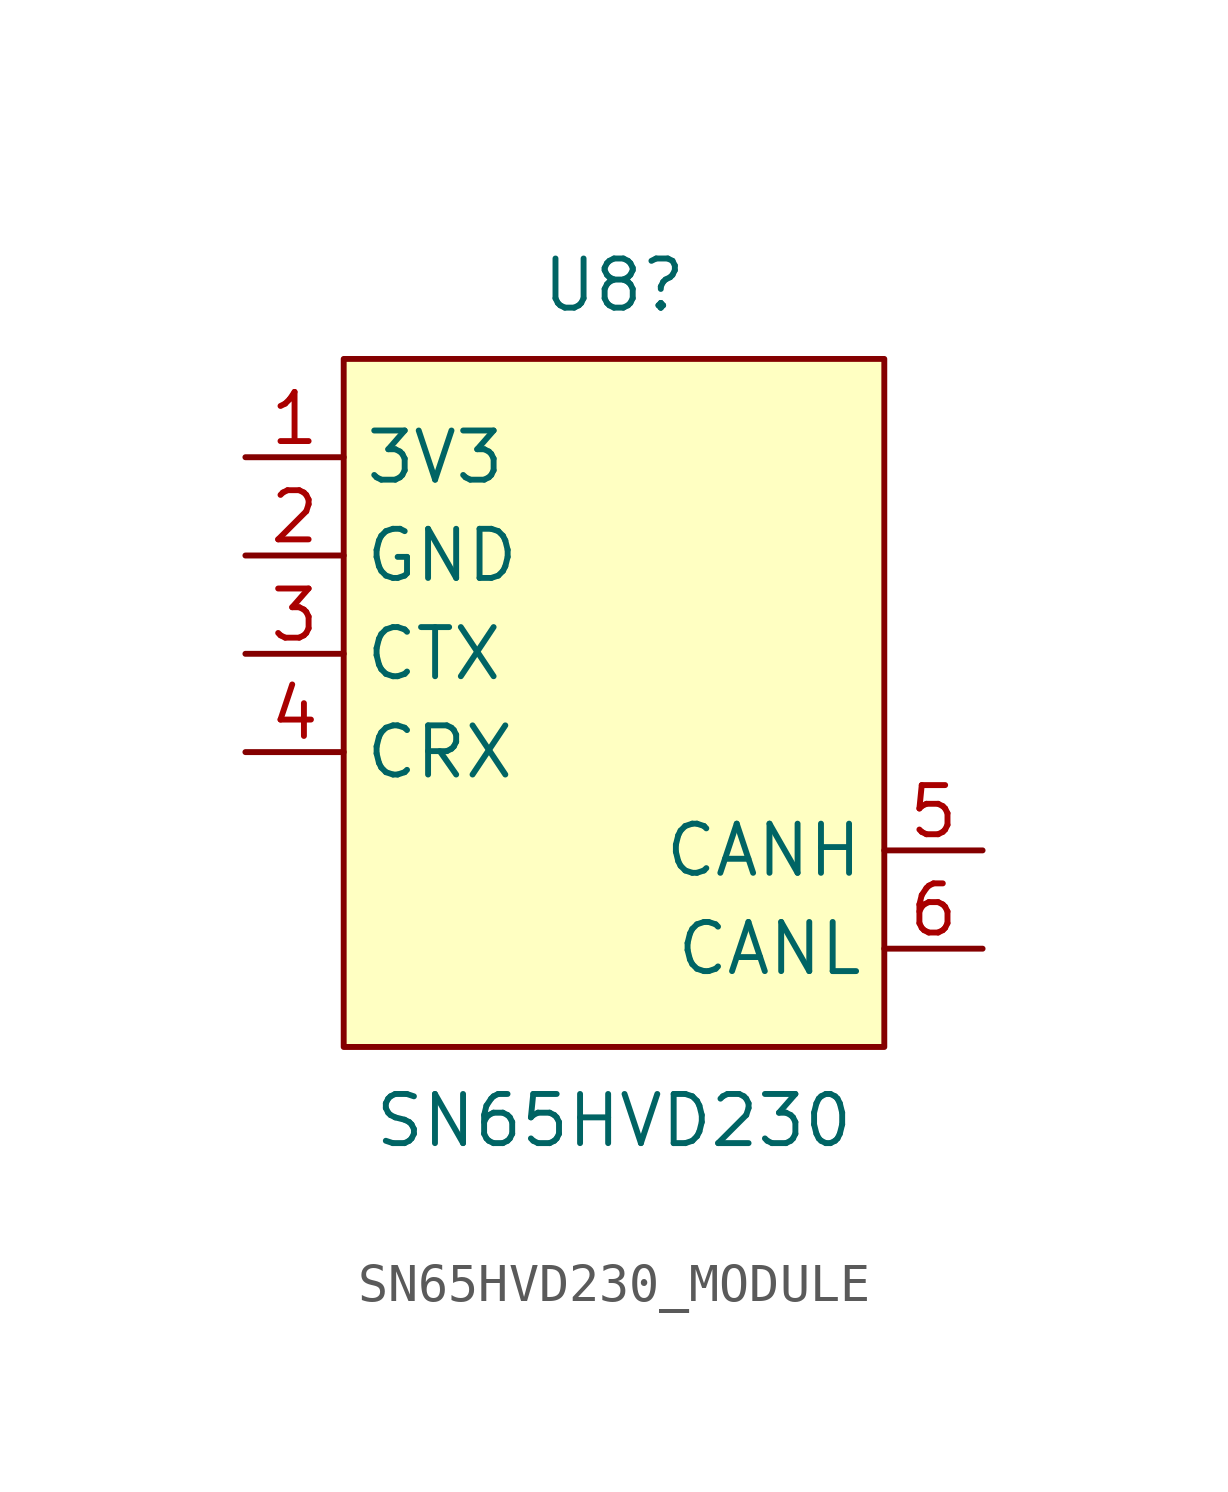
<source format=kicad_sym>
(kicad_symbol_lib
  (version 20220914)
  (generator kicad_symbol_editor)
  (symbol "SN65HVD230_MODULE"
    (property "Reference" "U8"
      (at 0.635 -0.635 0)
      (effects (font (size 1.27 1.27))))
    (property "Value" "SN65HVD230"
      (at 0.635 -22.225 0)
      (effects (font (size 1.27 1.27))))
    (symbol "SN65HVD230_MODULE_0_1"
      (rectangle (start -6.35 -2.54) (end 7.62 -20.32) (stroke (width 0.152) (type default)) (fill (type background))))
    (symbol "SN65HVD230_MODULE_1_1"
      (pin input line (at -8.89 -5.08 0) (length 2.54) (name "3V3" (effects (font (size 1.27 1.27)))) (number "1" (effects (font (size 1.27 1.27)))))
      (pin input line (at -8.89 -7.62 0) (length 2.54) (name "GND" (effects (font (size 1.27 1.27)))) (number "2" (effects (font (size 1.27 1.27)))))
      (pin input line (at -8.89 -10.16 0) (length 2.54) (name "CTX" (effects (font (size 1.27 1.27)))) (number "3" (effects (font (size 1.27 1.27)))))
      (pin input line (at -8.89 -12.7 0) (length 2.54) (name "CRX" (effects (font (size 1.27 1.27)))) (number "4" (effects (font (size 1.27 1.27)))))
      (pin input line (at 10.16 -15.24 180) (length 2.54) (name "CANH" (effects (font (size 1.27 1.27)))) (number "5" (effects (font (size 1.27 1.27)))))
      (pin input line (at 10.16 -17.78 180) (length 2.54) (name "CANL" (effects (font (size 1.27 1.27)))) (number "6" (effects (font (size 1.27 1.27))))))))
</source>
